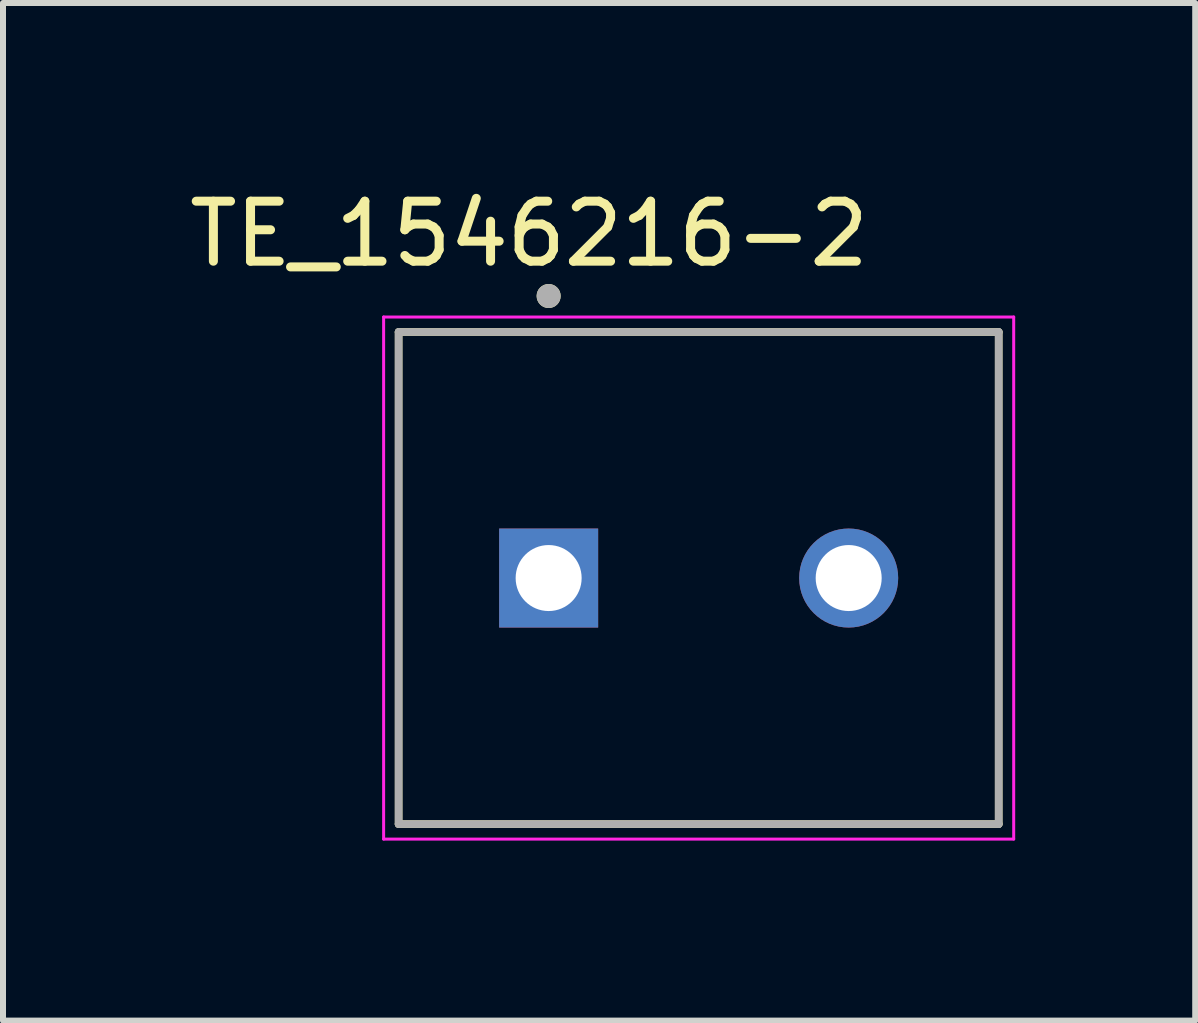
<source format=kicad_pcb>
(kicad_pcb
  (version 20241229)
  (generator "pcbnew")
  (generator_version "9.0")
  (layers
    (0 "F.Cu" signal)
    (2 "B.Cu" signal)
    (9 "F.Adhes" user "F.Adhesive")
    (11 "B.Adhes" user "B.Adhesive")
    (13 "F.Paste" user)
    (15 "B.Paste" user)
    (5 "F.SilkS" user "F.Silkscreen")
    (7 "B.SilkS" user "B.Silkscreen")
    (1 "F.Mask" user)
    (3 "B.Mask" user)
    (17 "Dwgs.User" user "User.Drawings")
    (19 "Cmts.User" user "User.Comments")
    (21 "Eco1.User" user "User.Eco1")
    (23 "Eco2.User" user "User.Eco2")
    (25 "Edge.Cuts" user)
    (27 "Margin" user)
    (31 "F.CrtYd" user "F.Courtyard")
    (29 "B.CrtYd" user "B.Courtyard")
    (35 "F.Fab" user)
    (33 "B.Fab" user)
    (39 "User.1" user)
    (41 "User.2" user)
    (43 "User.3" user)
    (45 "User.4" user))
  (footprint "TE_1546216-2"
    (layer "F.Cu")
    (at 8.593 6.583)
    (property "Reference" "TE_1546216-2" (at -2.825 -5.735 0) (layer "F.SilkS") (effects (font (size 1 1) (thickness 0.15))))
    (attr through_hole)
    (fp_line (start -5 -4.1) (end 5 -4.1) (stroke (width 0.127) (type solid)) (layer "F.SilkS"))
    (fp_line (start -5 4.1) (end -5 -4.1) (stroke (width 0.127) (type solid)) (layer "F.SilkS"))
    (fp_line (start 5 -4.1) (end 5 4.1) (stroke (width 0.127) (type solid)) (layer "F.SilkS"))
    (fp_line (start 5 4.1) (end -5 4.1) (stroke (width 0.127) (type solid)) (layer "F.SilkS"))
    (fp_circle (center -2.5 -4.7) (end -2.4 -4.7) (stroke (width 0.2) (type solid)) (fill no) (layer "F.SilkS"))
    (fp_line (start -5.25 -4.35) (end 5.25 -4.35) (stroke (width 0.05) (type solid)) (layer "F.CrtYd"))
    (fp_line (start -5.25 4.35) (end -5.25 -4.35) (stroke (width 0.05) (type solid)) (layer "F.CrtYd"))
    (fp_line (start 5.25 -4.35) (end 5.25 4.35) (stroke (width 0.05) (type solid)) (layer "F.CrtYd"))
    (fp_line (start 5.25 4.35) (end -5.25 4.35) (stroke (width 0.05) (type solid)) (layer "F.CrtYd"))
    (fp_line (start -5 -4.1) (end 5 -4.1) (stroke (width 0.127) (type solid)) (layer "F.Fab"))
    (fp_line (start -5 4.1) (end -5 -4.1) (stroke (width 0.127) (type solid)) (layer "F.Fab"))
    (fp_line (start 5 -4.1) (end 5 4.1) (stroke (width 0.127) (type solid)) (layer "F.Fab"))
    (fp_line (start 5 4.1) (end -5 4.1) (stroke (width 0.127) (type solid)) (layer "F.Fab"))
    (fp_circle (center -2.5 -4.7) (end -2.4 -4.7) (stroke (width 0.2) (type solid)) (fill no) (layer "F.Fab"))
    (pad "1" thru_hole rect (at -2.5 0) (size 1.65 1.65) (drill 1.1) (layers "*.Cu" "*.Mask"))
    (pad "2" thru_hole circle (at 2.5 0) (size 1.65 1.65) (drill 1.1) (layers "*.Cu" "*.Mask")))
  (gr_rect
    (start -3 -3)
    (end 16.868 13.958)
    (stroke (width 0.1) (type default))
    (fill no)
    (layer "Edge.Cuts")))
</source>
